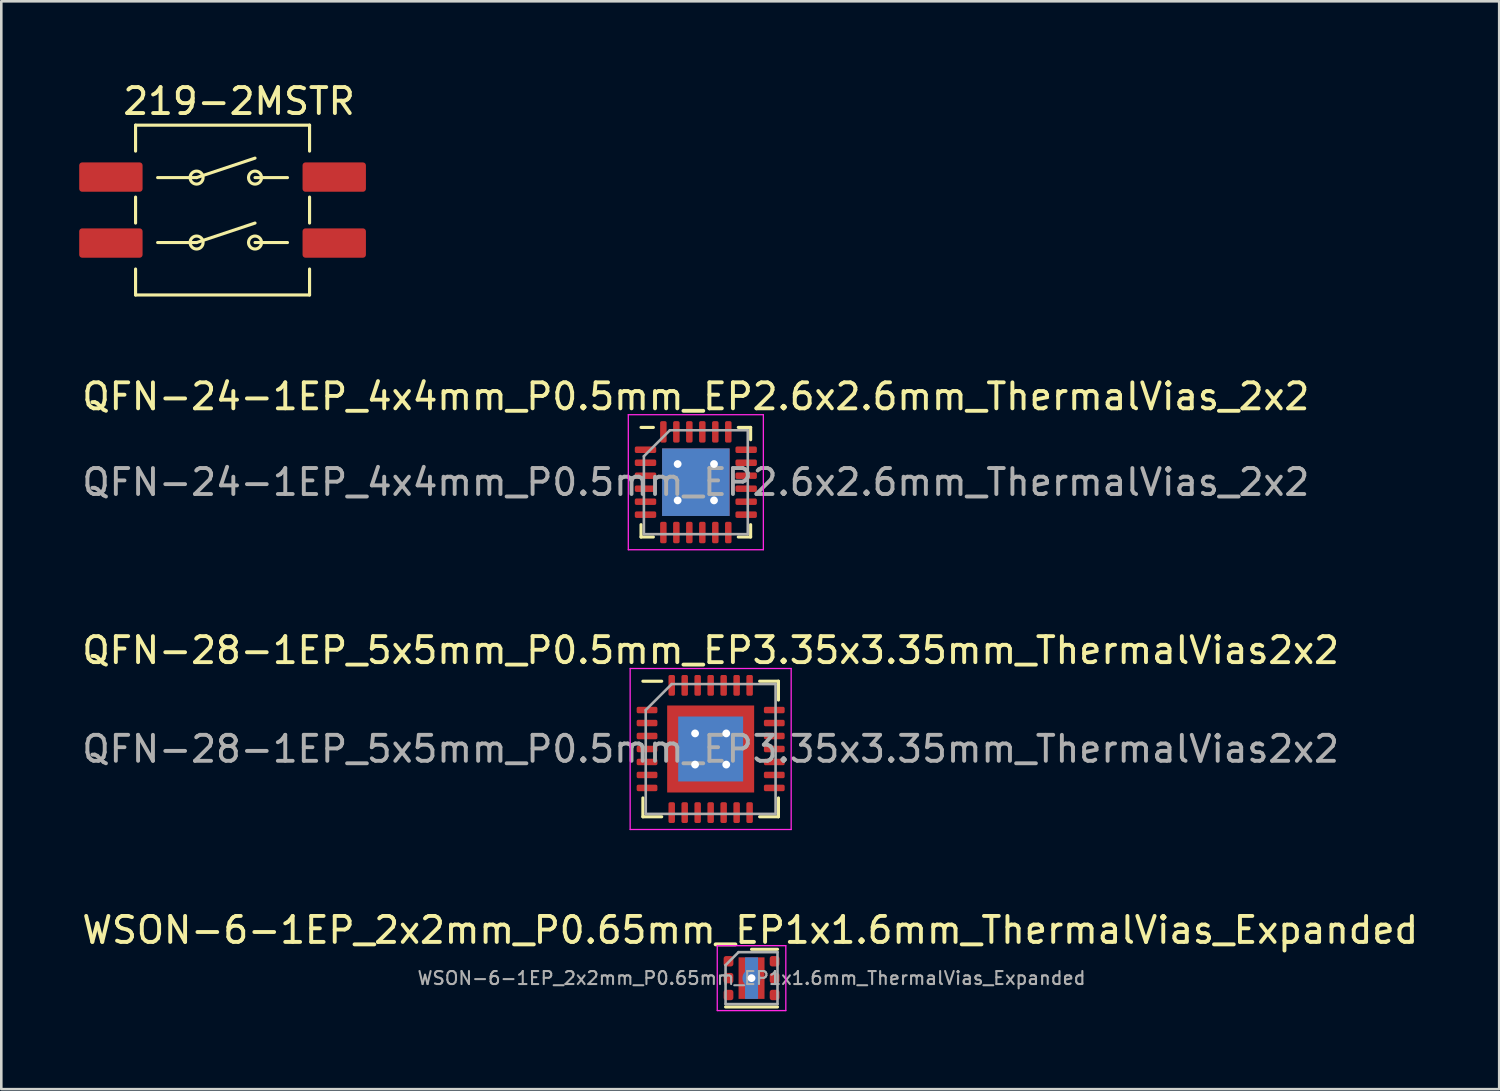
<source format=kicad_pcb>
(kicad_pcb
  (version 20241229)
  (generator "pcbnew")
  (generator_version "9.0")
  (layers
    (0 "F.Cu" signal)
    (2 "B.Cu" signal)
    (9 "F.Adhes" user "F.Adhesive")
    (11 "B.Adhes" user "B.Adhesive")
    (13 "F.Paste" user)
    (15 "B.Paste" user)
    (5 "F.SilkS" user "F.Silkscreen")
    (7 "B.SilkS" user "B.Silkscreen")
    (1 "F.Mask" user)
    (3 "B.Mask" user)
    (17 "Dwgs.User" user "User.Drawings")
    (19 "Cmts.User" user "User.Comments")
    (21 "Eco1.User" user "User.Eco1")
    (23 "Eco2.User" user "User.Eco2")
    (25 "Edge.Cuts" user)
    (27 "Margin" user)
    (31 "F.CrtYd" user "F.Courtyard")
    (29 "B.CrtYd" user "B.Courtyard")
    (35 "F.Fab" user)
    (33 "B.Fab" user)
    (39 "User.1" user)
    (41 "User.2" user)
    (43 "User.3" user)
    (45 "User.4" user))
  (footprint "QFN-28-1EP_5x5mm_P0.5mm_EP3.35x3.35mm_ThermalVias2x2"
    (layer "F.Cu")
    (at 24.315 25.791)
    (property "Reference" "QFN-28-1EP_5x5mm_P0.5mm_EP3.35x3.35mm_ThermalVias2x2" (at 0 -3.8 180) (layer "F.SilkS") (effects (font (size 1 1) (thickness 0.15))))
    (attr smd)
    (fp_line (start -2.61 2.61) (end -2.61 1.885) (stroke (width 0.12) (type solid)) (layer "F.SilkS"))
    (fp_line (start -1.885 -2.61) (end -2.61 -2.61) (stroke (width 0.12) (type solid)) (layer "F.SilkS"))
    (fp_line (start -1.885 2.61) (end -2.61 2.61) (stroke (width 0.12) (type solid)) (layer "F.SilkS"))
    (fp_line (start 1.885 -2.61) (end 2.61 -2.61) (stroke (width 0.12) (type solid)) (layer "F.SilkS"))
    (fp_line (start 1.885 2.61) (end 2.61 2.61) (stroke (width 0.12) (type solid)) (layer "F.SilkS"))
    (fp_line (start 2.61 -2.61) (end 2.61 -1.885) (stroke (width 0.12) (type solid)) (layer "F.SilkS"))
    (fp_line (start 2.61 2.61) (end 2.61 1.885) (stroke (width 0.12) (type solid)) (layer "F.SilkS"))
    (fp_line (start -3.1 -3.1) (end -3.1 3.1) (stroke (width 0.05) (type solid)) (layer "F.CrtYd"))
    (fp_line (start -3.1 3.1) (end 3.1 3.1) (stroke (width 0.05) (type solid)) (layer "F.CrtYd"))
    (fp_line (start 3.1 -3.1) (end -3.1 -3.1) (stroke (width 0.05) (type solid)) (layer "F.CrtYd"))
    (fp_line (start 3.1 3.1) (end 3.1 -3.1) (stroke (width 0.05) (type solid)) (layer "F.CrtYd"))
    (fp_line (start -2.5 -1.5) (end -1.5 -2.5) (stroke (width 0.1) (type solid)) (layer "F.Fab"))
    (fp_line (start -2.5 2.5) (end -2.5 -1.5) (stroke (width 0.1) (type solid)) (layer "F.Fab"))
    (fp_line (start -1.5 -2.5) (end 2.5 -2.5) (stroke (width 0.1) (type solid)) (layer "F.Fab"))
    (fp_line (start 2.5 -2.5) (end 2.5 2.5) (stroke (width 0.1) (type solid)) (layer "F.Fab"))
    (fp_line (start 2.5 2.5) (end -2.5 2.5) (stroke (width 0.1) (type solid)) (layer "F.Fab"))
    (fp_text user "${REFERENCE}" (at 0 0 180) (layer "F.Fab") (effects (font (size 1 1) (thickness 0.15))))
    (pad "" smd custom (at -1.337 -1.337) (size 0.437 0.437) (layers "F.Paste") (options (anchor circle)) (primitives (gr_poly (pts (xy 0.165 0.076) (xy 0.076 0.165) (xy -0.165 0.165) (xy -0.165 -0.165) (xy 0.165 -0.165)) (width 0.215) (fill yes))))
    (pad "" smd custom (at -1.337 -0.5) (size 0.459 0.459) (layers "F.Paste") (options (anchor circle)) (primitives (gr_poly (pts (xy 0.187 -0.247) (xy 0.187 0.247) (xy 0.116 0.318) (xy -0.187 0.318) (xy -0.187 -0.318) (xy 0.116 -0.318)) (width 0.17) (fill yes))))
    (pad "" smd custom (at -1.337 0.5) (size 0.459 0.459) (layers "F.Paste") (options (anchor circle)) (primitives (gr_poly (pts (xy 0.187 -0.247) (xy 0.187 0.247) (xy 0.116 0.318) (xy -0.187 0.318) (xy -0.187 -0.318) (xy 0.116 -0.318)) (width 0.17) (fill yes))))
    (pad "" smd custom (at -1.337 1.337) (size 0.437 0.437) (layers "F.Paste") (options (anchor circle)) (primitives (gr_poly (pts (xy 0.165 -0.076) (xy 0.165 0.165) (xy -0.165 0.165) (xy -0.165 -0.165) (xy 0.076 -0.165)) (width 0.215) (fill yes))))
    (pad "" smd custom (at -0.5 -1.337) (size 0.459 0.459) (layers "F.Paste") (options (anchor circle)) (primitives (gr_poly (pts (xy 0.318 0.116) (xy 0.247 0.187) (xy -0.247 0.187) (xy -0.318 0.116) (xy -0.318 -0.187) (xy 0.318 -0.187)) (width 0.17) (fill yes))))
    (pad "" smd roundrect (at -0.5 -0.5) (size 0.806 0.806) (layers "F.Paste") (roundrect_rratio 0.25))
    (pad "" smd roundrect (at -0.5 0.5) (size 0.806 0.806) (layers "F.Paste") (roundrect_rratio 0.25))
    (pad "" smd custom (at -0.5 1.337) (size 0.459 0.459) (layers "F.Paste") (options (anchor circle)) (primitives (gr_poly (pts (xy 0.318 -0.116) (xy 0.318 0.187) (xy -0.318 0.187) (xy -0.318 -0.116) (xy -0.247 -0.187) (xy 0.247 -0.187)) (width 0.17) (fill yes))))
    (pad "" smd custom (at 0.5 -1.337) (size 0.459 0.459) (layers "F.Paste") (options (anchor circle)) (primitives (gr_poly (pts (xy 0.318 0.116) (xy 0.247 0.187) (xy -0.247 0.187) (xy -0.318 0.116) (xy -0.318 -0.187) (xy 0.318 -0.187)) (width 0.17) (fill yes))))
    (pad "" smd roundrect (at 0.5 -0.5) (size 0.806 0.806) (layers "F.Paste") (roundrect_rratio 0.25))
    (pad "" smd roundrect (at 0.5 0.5) (size 0.806 0.806) (layers "F.Paste") (roundrect_rratio 0.25))
    (pad "" smd custom (at 0.5 1.337) (size 0.459 0.459) (layers "F.Paste") (options (anchor circle)) (primitives (gr_poly (pts (xy 0.318 -0.116) (xy 0.318 0.187) (xy -0.318 0.187) (xy -0.318 -0.116) (xy -0.247 -0.187) (xy 0.247 -0.187)) (width 0.17) (fill yes))))
    (pad "" smd custom (at 1.337 -1.337) (size 0.437 0.437) (layers "F.Paste") (options (anchor circle)) (primitives (gr_poly (pts (xy 0.165 0.165) (xy -0.076 0.165) (xy -0.165 0.076) (xy -0.165 -0.165) (xy 0.165 -0.165)) (width 0.215) (fill yes))))
    (pad "" smd custom (at 1.337 -0.5) (size 0.459 0.459) (layers "F.Paste") (options (anchor circle)) (primitives (gr_poly (pts (xy 0.187 0.318) (xy -0.116 0.318) (xy -0.187 0.247) (xy -0.187 -0.247) (xy -0.116 -0.318) (xy 0.187 -0.318)) (width 0.17) (fill yes))))
    (pad "" smd custom (at 1.337 0.5) (size 0.459 0.459) (layers "F.Paste") (options (anchor circle)) (primitives (gr_poly (pts (xy 0.187 0.318) (xy -0.116 0.318) (xy -0.187 0.247) (xy -0.187 -0.247) (xy -0.116 -0.318) (xy 0.187 -0.318)) (width 0.17) (fill yes))))
    (pad "" smd custom (at 1.337 1.337) (size 0.437 0.437) (layers "F.Paste") (options (anchor circle)) (primitives (gr_poly (pts (xy 0.165 0.165) (xy -0.165 0.165) (xy -0.165 -0.076) (xy -0.076 -0.165) (xy 0.165 -0.165)) (width 0.215) (fill yes))))
    (pad "1" smd roundrect (at -2.45 -1.5) (size 0.8 0.25) (layers "F.Cu" "F.Mask" "F.Paste") (roundrect_rratio 0.25))
    (pad "2" smd roundrect (at -2.45 -1) (size 0.8 0.25) (layers "F.Cu" "F.Mask" "F.Paste") (roundrect_rratio 0.25))
    (pad "3" smd roundrect (at -2.45 -0.5) (size 0.8 0.25) (layers "F.Cu" "F.Mask" "F.Paste") (roundrect_rratio 0.25))
    (pad "4" smd roundrect (at -2.45 0) (size 0.8 0.25) (layers "F.Cu" "F.Mask" "F.Paste") (roundrect_rratio 0.25))
    (pad "5" smd roundrect (at -2.45 0.5) (size 0.8 0.25) (layers "F.Cu" "F.Mask" "F.Paste") (roundrect_rratio 0.25))
    (pad "6" smd roundrect (at -2.45 1) (size 0.8 0.25) (layers "F.Cu" "F.Mask" "F.Paste") (roundrect_rratio 0.25))
    (pad "7" smd roundrect (at -2.45 1.5) (size 0.8 0.25) (layers "F.Cu" "F.Mask" "F.Paste") (roundrect_rratio 0.25))
    (pad "8" smd roundrect (at -1.5 2.45) (size 0.25 0.8) (layers "F.Cu" "F.Mask" "F.Paste") (roundrect_rratio 0.25))
    (pad "9" smd roundrect (at -1 2.45) (size 0.25 0.8) (layers "F.Cu" "F.Mask" "F.Paste") (roundrect_rratio 0.25))
    (pad "10" smd roundrect (at -0.5 2.45) (size 0.25 0.8) (layers "F.Cu" "F.Mask" "F.Paste") (roundrect_rratio 0.25))
    (pad "11" smd roundrect (at 0 2.45) (size 0.25 0.8) (layers "F.Cu" "F.Mask" "F.Paste") (roundrect_rratio 0.25))
    (pad "12" smd roundrect (at 0.5 2.45) (size 0.25 0.8) (layers "F.Cu" "F.Mask" "F.Paste") (roundrect_rratio 0.25))
    (pad "13" smd roundrect (at 1 2.45) (size 0.25 0.8) (layers "F.Cu" "F.Mask" "F.Paste") (roundrect_rratio 0.25))
    (pad "14" smd roundrect (at 1.5 2.45) (size 0.25 0.8) (layers "F.Cu" "F.Mask" "F.Paste") (roundrect_rratio 0.25))
    (pad "15" smd roundrect (at 2.45 1.5) (size 0.8 0.25) (layers "F.Cu" "F.Mask" "F.Paste") (roundrect_rratio 0.25))
    (pad "16" smd roundrect (at 2.45 1) (size 0.8 0.25) (layers "F.Cu" "F.Mask" "F.Paste") (roundrect_rratio 0.25))
    (pad "17" smd roundrect (at 2.45 0.5) (size 0.8 0.25) (layers "F.Cu" "F.Mask" "F.Paste") (roundrect_rratio 0.25))
    (pad "18" smd roundrect (at 2.45 0) (size 0.8 0.25) (layers "F.Cu" "F.Mask" "F.Paste") (roundrect_rratio 0.25))
    (pad "19" smd roundrect (at 2.45 -0.5) (size 0.8 0.25) (layers "F.Cu" "F.Mask" "F.Paste") (roundrect_rratio 0.25))
    (pad "20" smd roundrect (at 2.45 -1) (size 0.8 0.25) (layers "F.Cu" "F.Mask" "F.Paste") (roundrect_rratio 0.25))
    (pad "21" smd roundrect (at 2.45 -1.5) (size 0.8 0.25) (layers "F.Cu" "F.Mask" "F.Paste") (roundrect_rratio 0.25))
    (pad "22" smd roundrect (at 1.5 -2.45) (size 0.25 0.8) (layers "F.Cu" "F.Mask" "F.Paste") (roundrect_rratio 0.25))
    (pad "23" smd roundrect (at 1 -2.45) (size 0.25 0.8) (layers "F.Cu" "F.Mask" "F.Paste") (roundrect_rratio 0.25))
    (pad "24" smd roundrect (at 0.5 -2.45) (size 0.25 0.8) (layers "F.Cu" "F.Mask" "F.Paste") (roundrect_rratio 0.25))
    (pad "25" smd roundrect (at 0 -2.45) (size 0.25 0.8) (layers "F.Cu" "F.Mask" "F.Paste") (roundrect_rratio 0.25))
    (pad "26" smd roundrect (at -0.5 -2.45) (size 0.25 0.8) (layers "F.Cu" "F.Mask" "F.Paste") (roundrect_rratio 0.25))
    (pad "27" smd roundrect (at -1 -2.45) (size 0.25 0.8) (layers "F.Cu" "F.Mask" "F.Paste") (roundrect_rratio 0.25))
    (pad "28" smd roundrect (at -1.5 -2.45) (size 0.25 0.8) (layers "F.Cu" "F.Mask" "F.Paste") (roundrect_rratio 0.25))
    (pad "29" thru_hole circle (at -0.6 -0.6) (size 0.7 0.7) (drill 0.3) (layers "*.Cu"))
    (pad "29" thru_hole circle (at -0.6 0.6) (size 0.7 0.7) (drill 0.3) (layers "*.Cu"))
    (pad "29" smd rect (at 0 0) (size 2.5 2.5) (layers "B.Cu"))
    (pad "29" smd rect (at 0 0) (size 3.35 3.35) (layers "F.Cu" "F.Mask"))
    (pad "29" thru_hole circle (at 0.6 -0.6) (size 0.7 0.7) (drill 0.3) (layers "*.Cu"))
    (pad "29" thru_hole circle (at 0.6 0.6) (size 0.7 0.7) (drill 0.3) (layers "*.Cu")))
  (footprint "QFN-24-1EP_4x4mm_P0.5mm_EP2.6x2.6mm_ThermalVias_2x2"
    (layer "F.Cu")
    (at 23.744 15.518)
    (property "Reference" "QFN-24-1EP_4x4mm_P0.5mm_EP2.6x2.6mm_ThermalVias_2x2" (at 0 -3.3 180) (layer "F.SilkS") (effects (font (size 1 1) (thickness 0.15))))
    (attr smd)
    (fp_line (start -2.11 2.11) (end -2.11 1.635) (stroke (width 0.12) (type solid)) (layer "F.SilkS"))
    (fp_line (start -1.635 -2.11) (end -2.11 -2.11) (stroke (width 0.12) (type solid)) (layer "F.SilkS"))
    (fp_line (start -1.635 2.11) (end -2.11 2.11) (stroke (width 0.12) (type solid)) (layer "F.SilkS"))
    (fp_line (start 1.635 -2.11) (end 2.11 -2.11) (stroke (width 0.12) (type solid)) (layer "F.SilkS"))
    (fp_line (start 1.635 2.11) (end 2.11 2.11) (stroke (width 0.12) (type solid)) (layer "F.SilkS"))
    (fp_line (start 2.11 -2.11) (end 2.11 -1.635) (stroke (width 0.12) (type solid)) (layer "F.SilkS"))
    (fp_line (start 2.11 2.11) (end 2.11 1.635) (stroke (width 0.12) (type solid)) (layer "F.SilkS"))
    (fp_line (start -2.6 -2.6) (end -2.6 2.6) (stroke (width 0.05) (type solid)) (layer "F.CrtYd"))
    (fp_line (start -2.6 2.6) (end 2.6 2.6) (stroke (width 0.05) (type solid)) (layer "F.CrtYd"))
    (fp_line (start 2.6 -2.6) (end -2.6 -2.6) (stroke (width 0.05) (type solid)) (layer "F.CrtYd"))
    (fp_line (start 2.6 2.6) (end 2.6 -2.6) (stroke (width 0.05) (type solid)) (layer "F.CrtYd"))
    (fp_line (start -2 -1) (end -1 -2) (stroke (width 0.1) (type solid)) (layer "F.Fab"))
    (fp_line (start -2 2) (end -2 -1) (stroke (width 0.1) (type solid)) (layer "F.Fab"))
    (fp_line (start -1 -2) (end 2 -2) (stroke (width 0.1) (type solid)) (layer "F.Fab"))
    (fp_line (start 2 -2) (end 2 2) (stroke (width 0.1) (type solid)) (layer "F.Fab"))
    (fp_line (start 2 2) (end -2 2) (stroke (width 0.1) (type solid)) (layer "F.Fab"))
    (fp_text user "${REFERENCE}" (at 0 0 180) (layer "F.Fab") (effects (font (size 1 1) (thickness 0.15))))
    (pad "" smd roundrect (at -0.65 -0.65) (size 1.13 1.13) (layers "F.Paste") (roundrect_rratio 0.221))
    (pad "" smd roundrect (at -0.65 0.65) (size 1.13 1.13) (layers "F.Paste") (roundrect_rratio 0.221))
    (pad "" smd roundrect (at 0.65 -0.65) (size 1.13 1.13) (layers "F.Paste") (roundrect_rratio 0.221))
    (pad "" smd roundrect (at 0.65 0.65) (size 1.13 1.13) (layers "F.Paste") (roundrect_rratio 0.221))
    (pad "1" smd roundrect (at -1.938 -1.25) (size 0.825 0.25) (layers "F.Cu" "F.Mask" "F.Paste") (roundrect_rratio 0.25))
    (pad "2" smd roundrect (at -1.938 -0.75) (size 0.825 0.25) (layers "F.Cu" "F.Mask" "F.Paste") (roundrect_rratio 0.25))
    (pad "3" smd roundrect (at -1.938 -0.25) (size 0.825 0.25) (layers "F.Cu" "F.Mask" "F.Paste") (roundrect_rratio 0.25))
    (pad "4" smd roundrect (at -1.938 0.25) (size 0.825 0.25) (layers "F.Cu" "F.Mask" "F.Paste") (roundrect_rratio 0.25))
    (pad "5" smd roundrect (at -1.938 0.75) (size 0.825 0.25) (layers "F.Cu" "F.Mask" "F.Paste") (roundrect_rratio 0.25))
    (pad "6" smd roundrect (at -1.938 1.25) (size 0.825 0.25) (layers "F.Cu" "F.Mask" "F.Paste") (roundrect_rratio 0.25))
    (pad "7" smd roundrect (at -1.25 1.938) (size 0.25 0.825) (layers "F.Cu" "F.Mask" "F.Paste") (roundrect_rratio 0.25))
    (pad "8" smd roundrect (at -0.75 1.938) (size 0.25 0.825) (layers "F.Cu" "F.Mask" "F.Paste") (roundrect_rratio 0.25))
    (pad "9" smd roundrect (at -0.25 1.938) (size 0.25 0.825) (layers "F.Cu" "F.Mask" "F.Paste") (roundrect_rratio 0.25))
    (pad "10" smd roundrect (at 0.25 1.938) (size 0.25 0.825) (layers "F.Cu" "F.Mask" "F.Paste") (roundrect_rratio 0.25))
    (pad "11" smd roundrect (at 0.75 1.938) (size 0.25 0.825) (layers "F.Cu" "F.Mask" "F.Paste") (roundrect_rratio 0.25))
    (pad "12" smd roundrect (at 1.25 1.938) (size 0.25 0.825) (layers "F.Cu" "F.Mask" "F.Paste") (roundrect_rratio 0.25))
    (pad "13" smd roundrect (at 1.938 1.25) (size 0.825 0.25) (layers "F.Cu" "F.Mask" "F.Paste") (roundrect_rratio 0.25))
    (pad "14" smd roundrect (at 1.938 0.75) (size 0.825 0.25) (layers "F.Cu" "F.Mask" "F.Paste") (roundrect_rratio 0.25))
    (pad "15" smd roundrect (at 1.938 0.25) (size 0.825 0.25) (layers "F.Cu" "F.Mask" "F.Paste") (roundrect_rratio 0.25))
    (pad "16" smd roundrect (at 1.938 -0.25) (size 0.825 0.25) (layers "F.Cu" "F.Mask" "F.Paste") (roundrect_rratio 0.25))
    (pad "17" smd roundrect (at 1.938 -0.75) (size 0.825 0.25) (layers "F.Cu" "F.Mask" "F.Paste") (roundrect_rratio 0.25))
    (pad "18" smd roundrect (at 1.938 -1.25) (size 0.825 0.25) (layers "F.Cu" "F.Mask" "F.Paste") (roundrect_rratio 0.25))
    (pad "19" smd roundrect (at 1.25 -1.938) (size 0.25 0.825) (layers "F.Cu" "F.Mask" "F.Paste") (roundrect_rratio 0.25))
    (pad "20" smd roundrect (at 0.75 -1.938) (size 0.25 0.825) (layers "F.Cu" "F.Mask" "F.Paste") (roundrect_rratio 0.25))
    (pad "21" smd roundrect (at 0.25 -1.938) (size 0.25 0.825) (layers "F.Cu" "F.Mask" "F.Paste") (roundrect_rratio 0.25))
    (pad "22" smd roundrect (at -0.25 -1.938) (size 0.25 0.825) (layers "F.Cu" "F.Mask" "F.Paste") (roundrect_rratio 0.25))
    (pad "23" smd roundrect (at -0.75 -1.938) (size 0.25 0.825) (layers "F.Cu" "F.Mask" "F.Paste") (roundrect_rratio 0.25))
    (pad "24" smd roundrect (at -1.25 -1.938) (size 0.25 0.825) (layers "F.Cu" "F.Mask" "F.Paste") (roundrect_rratio 0.25))
    (pad "25" thru_hole circle (at -0.7 -0.7) (size 0.7 0.7) (drill 0.3) (layers "*.Cu"))
    (pad "25" thru_hole circle (at -0.7 0.7) (size 0.7 0.7) (drill 0.3) (layers "*.Cu"))
    (pad "25" smd rect (at 0 0) (size 2.6 2.6) (layers "F.Cu" "F.Mask"))
    (pad "25" smd rect (at 0 0) (size 2.6 2.6) (layers "B.Cu"))
    (pad "25" thru_hole circle (at 0.7 -0.7) (size 0.7 0.7) (drill 0.3) (layers "*.Cu"))
    (pad "25" thru_hole circle (at 0.7 0.7) (size 0.7 0.7) (drill 0.3) (layers "*.Cu")))
  (footprint "219-2MSTR"
    (layer "F.Cu")
    (at 5.52 5.039)
    (property "Reference" "219-2MSTR" (at 0.635 -4.191 0) (unlocked yes) (layer "F.SilkS") (effects (font (size 1 1) (thickness 0.15))))
    (attr smd)
    (fp_line (start -3.35 -3.27) (end -3.35 -2.27) (stroke (width 0.12) (type default)) (layer "F.SilkS"))
    (fp_line (start -3.35 -3.27) (end 3.35 -3.27) (stroke (width 0.12) (type default)) (layer "F.SilkS"))
    (fp_line (start -3.35 -0.5) (end -3.35 0.5) (stroke (width 0.12) (type default)) (layer "F.SilkS"))
    (fp_line (start -3.35 2.27) (end -3.35 3.27) (stroke (width 0.12) (type default)) (layer "F.SilkS"))
    (fp_line (start -3.35 3.27) (end 3.35 3.27) (stroke (width 0.12) (type default)) (layer "F.SilkS"))
    (fp_line (start -2.5 -1.25) (end -1 -1.25) (stroke (width 0.12) (type default)) (layer "F.SilkS"))
    (fp_line (start -2.5 1.25) (end -1 1.25) (stroke (width 0.12) (type default)) (layer "F.SilkS"))
    (fp_line (start -1 -1.25) (end 1.25 -2) (stroke (width 0.12) (type default)) (layer "F.SilkS"))
    (fp_line (start -1 1.25) (end 1.25 0.5) (stroke (width 0.12) (type default)) (layer "F.SilkS"))
    (fp_line (start 1.25 -1.25) (end 2.5 -1.25) (stroke (width 0.12) (type default)) (layer "F.SilkS"))
    (fp_line (start 1.25 1.25) (end 2.5 1.25) (stroke (width 0.12) (type default)) (layer "F.SilkS"))
    (fp_line (start 3.35 -3.27) (end 3.35 -2.27) (stroke (width 0.12) (type default)) (layer "F.SilkS"))
    (fp_line (start 3.35 -0.5) (end 3.35 0.5) (stroke (width 0.12) (type default)) (layer "F.SilkS"))
    (fp_line (start 3.35 2.27) (end 3.35 3.27) (stroke (width 0.12) (type default)) (layer "F.SilkS"))
    (fp_circle (center -1 -1.25) (end -0.75 -1.25) (stroke (width 0.12) (type default)) (fill no) (layer "F.SilkS"))
    (fp_circle (center -1 1.25) (end -0.75 1.25) (stroke (width 0.12) (type default)) (fill no) (layer "F.SilkS"))
    (fp_circle (center 1.25 -1.25) (end 1.5 -1.25) (stroke (width 0.12) (type default)) (fill no) (layer "F.SilkS"))
    (fp_circle (center 1.25 1.25) (end 1.5 1.25) (stroke (width 0.12) (type default)) (fill no) (layer "F.SilkS"))
    (pad "1A" smd roundrect (at -4.3 -1.27) (size 2.44 1.13) (layers "F.Cu" "F.Mask" "F.Paste") (roundrect_rratio 0.1))
    (pad "1B" smd roundrect (at 4.3 -1.27) (size 2.44 1.13) (layers "F.Cu" "F.Mask" "F.Paste") (roundrect_rratio 0.1))
    (pad "2A" smd roundrect (at -4.3 1.27) (size 2.44 1.13) (layers "F.Cu" "F.Mask" "F.Paste") (roundrect_rratio 0.1))
    (pad "2B" smd roundrect (at 4.3 1.27) (size 2.44 1.13) (layers "F.Cu" "F.Mask" "F.Paste") (roundrect_rratio 0.1)))
  (footprint "WSON-6-1EP_2x2mm_P0.65mm_EP1x1.6mm_ThermalVias_Expanded"
    (layer "F.Cu")
    (at 25.889 34.614)
    (property "Reference" "WSON-6-1EP_2x2mm_P0.65mm_EP1x1.6mm_ThermalVias_Expanded" (at -0.05 -1.85 0) (layer "F.SilkS") (effects (font (size 1 1) (thickness 0.15))))
    (attr smd)
    (fp_line (start -1 1.11) (end 1 1.11) (stroke (width 0.12) (type solid)) (layer "F.SilkS"))
    (fp_line (start 0 -1.11) (end 1 -1.11) (stroke (width 0.12) (type solid)) (layer "F.SilkS"))
    (fp_line (start -1.32 -1.25) (end -1.32 1.25) (stroke (width 0.05) (type solid)) (layer "F.CrtYd"))
    (fp_line (start -1.32 1.25) (end 1.32 1.25) (stroke (width 0.05) (type solid)) (layer "F.CrtYd"))
    (fp_line (start 1.32 -1.25) (end -1.32 -1.25) (stroke (width 0.05) (type solid)) (layer "F.CrtYd"))
    (fp_line (start 1.32 1.25) (end 1.32 -1.25) (stroke (width 0.05) (type solid)) (layer "F.CrtYd"))
    (fp_line (start -1 -0.5) (end -0.5 -1) (stroke (width 0.1) (type solid)) (layer "F.Fab"))
    (fp_line (start -1 1) (end -1 -0.5) (stroke (width 0.1) (type solid)) (layer "F.Fab"))
    (fp_line (start -0.5 -1) (end 1 -1) (stroke (width 0.1) (type solid)) (layer "F.Fab"))
    (fp_line (start 1 -1) (end 1 1) (stroke (width 0.1) (type solid)) (layer "F.Fab"))
    (fp_line (start 1 1) (end -1 1) (stroke (width 0.1) (type solid)) (layer "F.Fab"))
    (fp_text user "${REFERENCE}" (at 0 0 0) (layer "F.Fab") (effects (font (size 0.5 0.5) (thickness 0.08))))
    (pad "" smd roundrect (at 0 -0.4) (size 0.87 0.69) (layers "F.Paste") (roundrect_rratio 0.25))
    (pad "" smd roundrect (at 0 0.4) (size 0.87 0.69) (layers "F.Paste") (roundrect_rratio 0.25))
    (pad "1" smd roundrect (at -0.887 -0.65) (size 0.375 0.4) (layers "F.Cu" "F.Mask" "F.Paste") (roundrect_rratio 0.25))
    (pad "2" smd roundrect (at -0.887 0) (size 0.375 0.4) (layers "F.Cu" "F.Mask" "F.Paste") (roundrect_rratio 0.25))
    (pad "3" smd roundrect (at -0.887 0.65) (size 0.375 0.4) (layers "F.Cu" "F.Mask" "F.Paste") (roundrect_rratio 0.25))
    (pad "4" smd roundrect (at 0.887 0.65) (size 0.375 0.4) (layers "F.Cu" "F.Mask" "F.Paste") (roundrect_rratio 0.25))
    (pad "5" smd roundrect (at 0.887 0) (size 0.375 0.4) (layers "F.Cu" "F.Mask" "F.Paste") (roundrect_rratio 0.25))
    (pad "6" smd roundrect (at 0.887 -0.65) (size 0.375 0.4) (layers "F.Cu" "F.Mask" "F.Paste") (roundrect_rratio 0.25))
    (pad "7" smd rect (at 0 0) (size 0.5 1.6) (layers "B.Cu"))
    (pad "7" thru_hole circle (at 0 0) (size 0.7 0.7) (drill 0.3) (layers "*.Cu"))
    (pad "7" smd rect (at 0 0) (size 1 1.6) (layers "F.Cu" "F.Mask")))
  (gr_rect
    (start -3 -3)
    (end 54.679 38.889)
    (stroke (width 0.1) (type default))
    (fill no)
    (layer "Edge.Cuts")))
</source>
